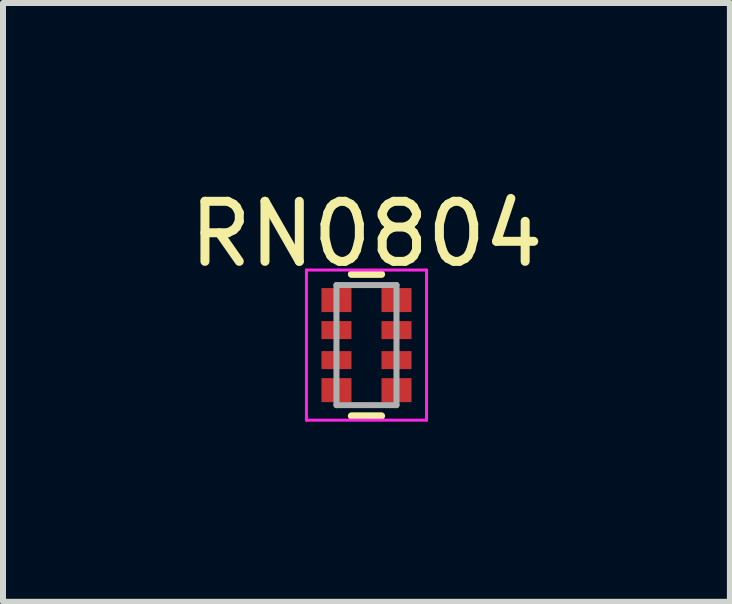
<source format=kicad_pcb>
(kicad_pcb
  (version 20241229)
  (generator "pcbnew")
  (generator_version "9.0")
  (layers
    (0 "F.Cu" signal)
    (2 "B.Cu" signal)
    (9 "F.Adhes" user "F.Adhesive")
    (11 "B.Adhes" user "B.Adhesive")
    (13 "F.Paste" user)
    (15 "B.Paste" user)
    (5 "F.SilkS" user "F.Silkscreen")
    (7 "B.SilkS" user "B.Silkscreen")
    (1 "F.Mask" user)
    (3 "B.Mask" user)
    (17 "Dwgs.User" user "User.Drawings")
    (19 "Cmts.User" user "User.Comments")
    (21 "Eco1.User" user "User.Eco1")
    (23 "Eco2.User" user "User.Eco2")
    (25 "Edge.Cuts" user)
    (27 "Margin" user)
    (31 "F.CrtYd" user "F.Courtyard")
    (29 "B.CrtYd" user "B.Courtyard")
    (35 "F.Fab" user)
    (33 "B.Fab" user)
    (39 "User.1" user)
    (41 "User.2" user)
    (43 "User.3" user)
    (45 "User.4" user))
  (footprint "RN0804"
    (layer "F.Cu")
    (at 3.054 2.698)
    (property "Reference" "RN0804" (at 0 -1.85 0) (layer "F.SilkS") (effects (font (size 1 1) (thickness 0.15))))
    (attr through_hole)
    (fp_line (start 0.25 -1.18) (end -0.25 -1.18) (stroke (width 0.12) (type solid)) (layer "F.SilkS"))
    (fp_line (start 0.25 1.18) (end -0.25 1.18) (stroke (width 0.12) (type solid)) (layer "F.SilkS"))
    (fp_line (start -1 -1.25) (end -1 1.25) (stroke (width 0.05) (type solid)) (layer "F.CrtYd"))
    (fp_line (start -1 -1.25) (end 1 -1.25) (stroke (width 0.05) (type solid)) (layer "F.CrtYd"))
    (fp_line (start 1 1.25) (end -1 1.25) (stroke (width 0.05) (type solid)) (layer "F.CrtYd"))
    (fp_line (start 1 1.25) (end 1 -1.25) (stroke (width 0.05) (type solid)) (layer "F.CrtYd"))
    (fp_line (start -0.5 -1) (end 0.5 -1) (stroke (width 0.1) (type solid)) (layer "F.Fab"))
    (fp_line (start -0.5 1) (end -0.5 -1) (stroke (width 0.1) (type solid)) (layer "F.Fab"))
    (fp_line (start 0.5 -1) (end 0.5 1) (stroke (width 0.1) (type solid)) (layer "F.Fab"))
    (fp_line (start 0.5 1) (end -0.5 1) (stroke (width 0.1) (type solid)) (layer "F.Fab"))
    (pad "1" smd rect (at 0.5 0.75 180) (size 0.5 0.4) (layers "F.Cu" "F.Mask" "F.Paste"))
    (pad "2" smd rect (at 0.5 0.25 180) (size 0.5 0.3) (layers "F.Cu" "F.Mask" "F.Paste"))
    (pad "3" smd rect (at 0.5 -0.25 180) (size 0.5 0.3) (layers "F.Cu" "F.Mask" "F.Paste"))
    (pad "4" smd rect (at 0.5 -0.75 180) (size 0.5 0.4) (layers "F.Cu" "F.Mask" "F.Paste"))
    (pad "5" smd rect (at -0.5 -0.75 180) (size 0.5 0.4) (layers "F.Cu" "F.Mask" "F.Paste"))
    (pad "6" smd rect (at -0.5 -0.25 180) (size 0.5 0.3) (layers "F.Cu" "F.Mask" "F.Paste"))
    (pad "7" smd rect (at -0.5 0.25 180) (size 0.5 0.3) (layers "F.Cu" "F.Mask" "F.Paste"))
    (pad "8" smd rect (at -0.5 0.75 180) (size 0.5 0.4) (layers "F.Cu" "F.Mask" "F.Paste")))
  (gr_rect
    (start -3 -3)
    (end 9.107 6.973)
    (stroke (width 0.1) (type default))
    (fill no)
    (layer "Edge.Cuts")))
</source>
